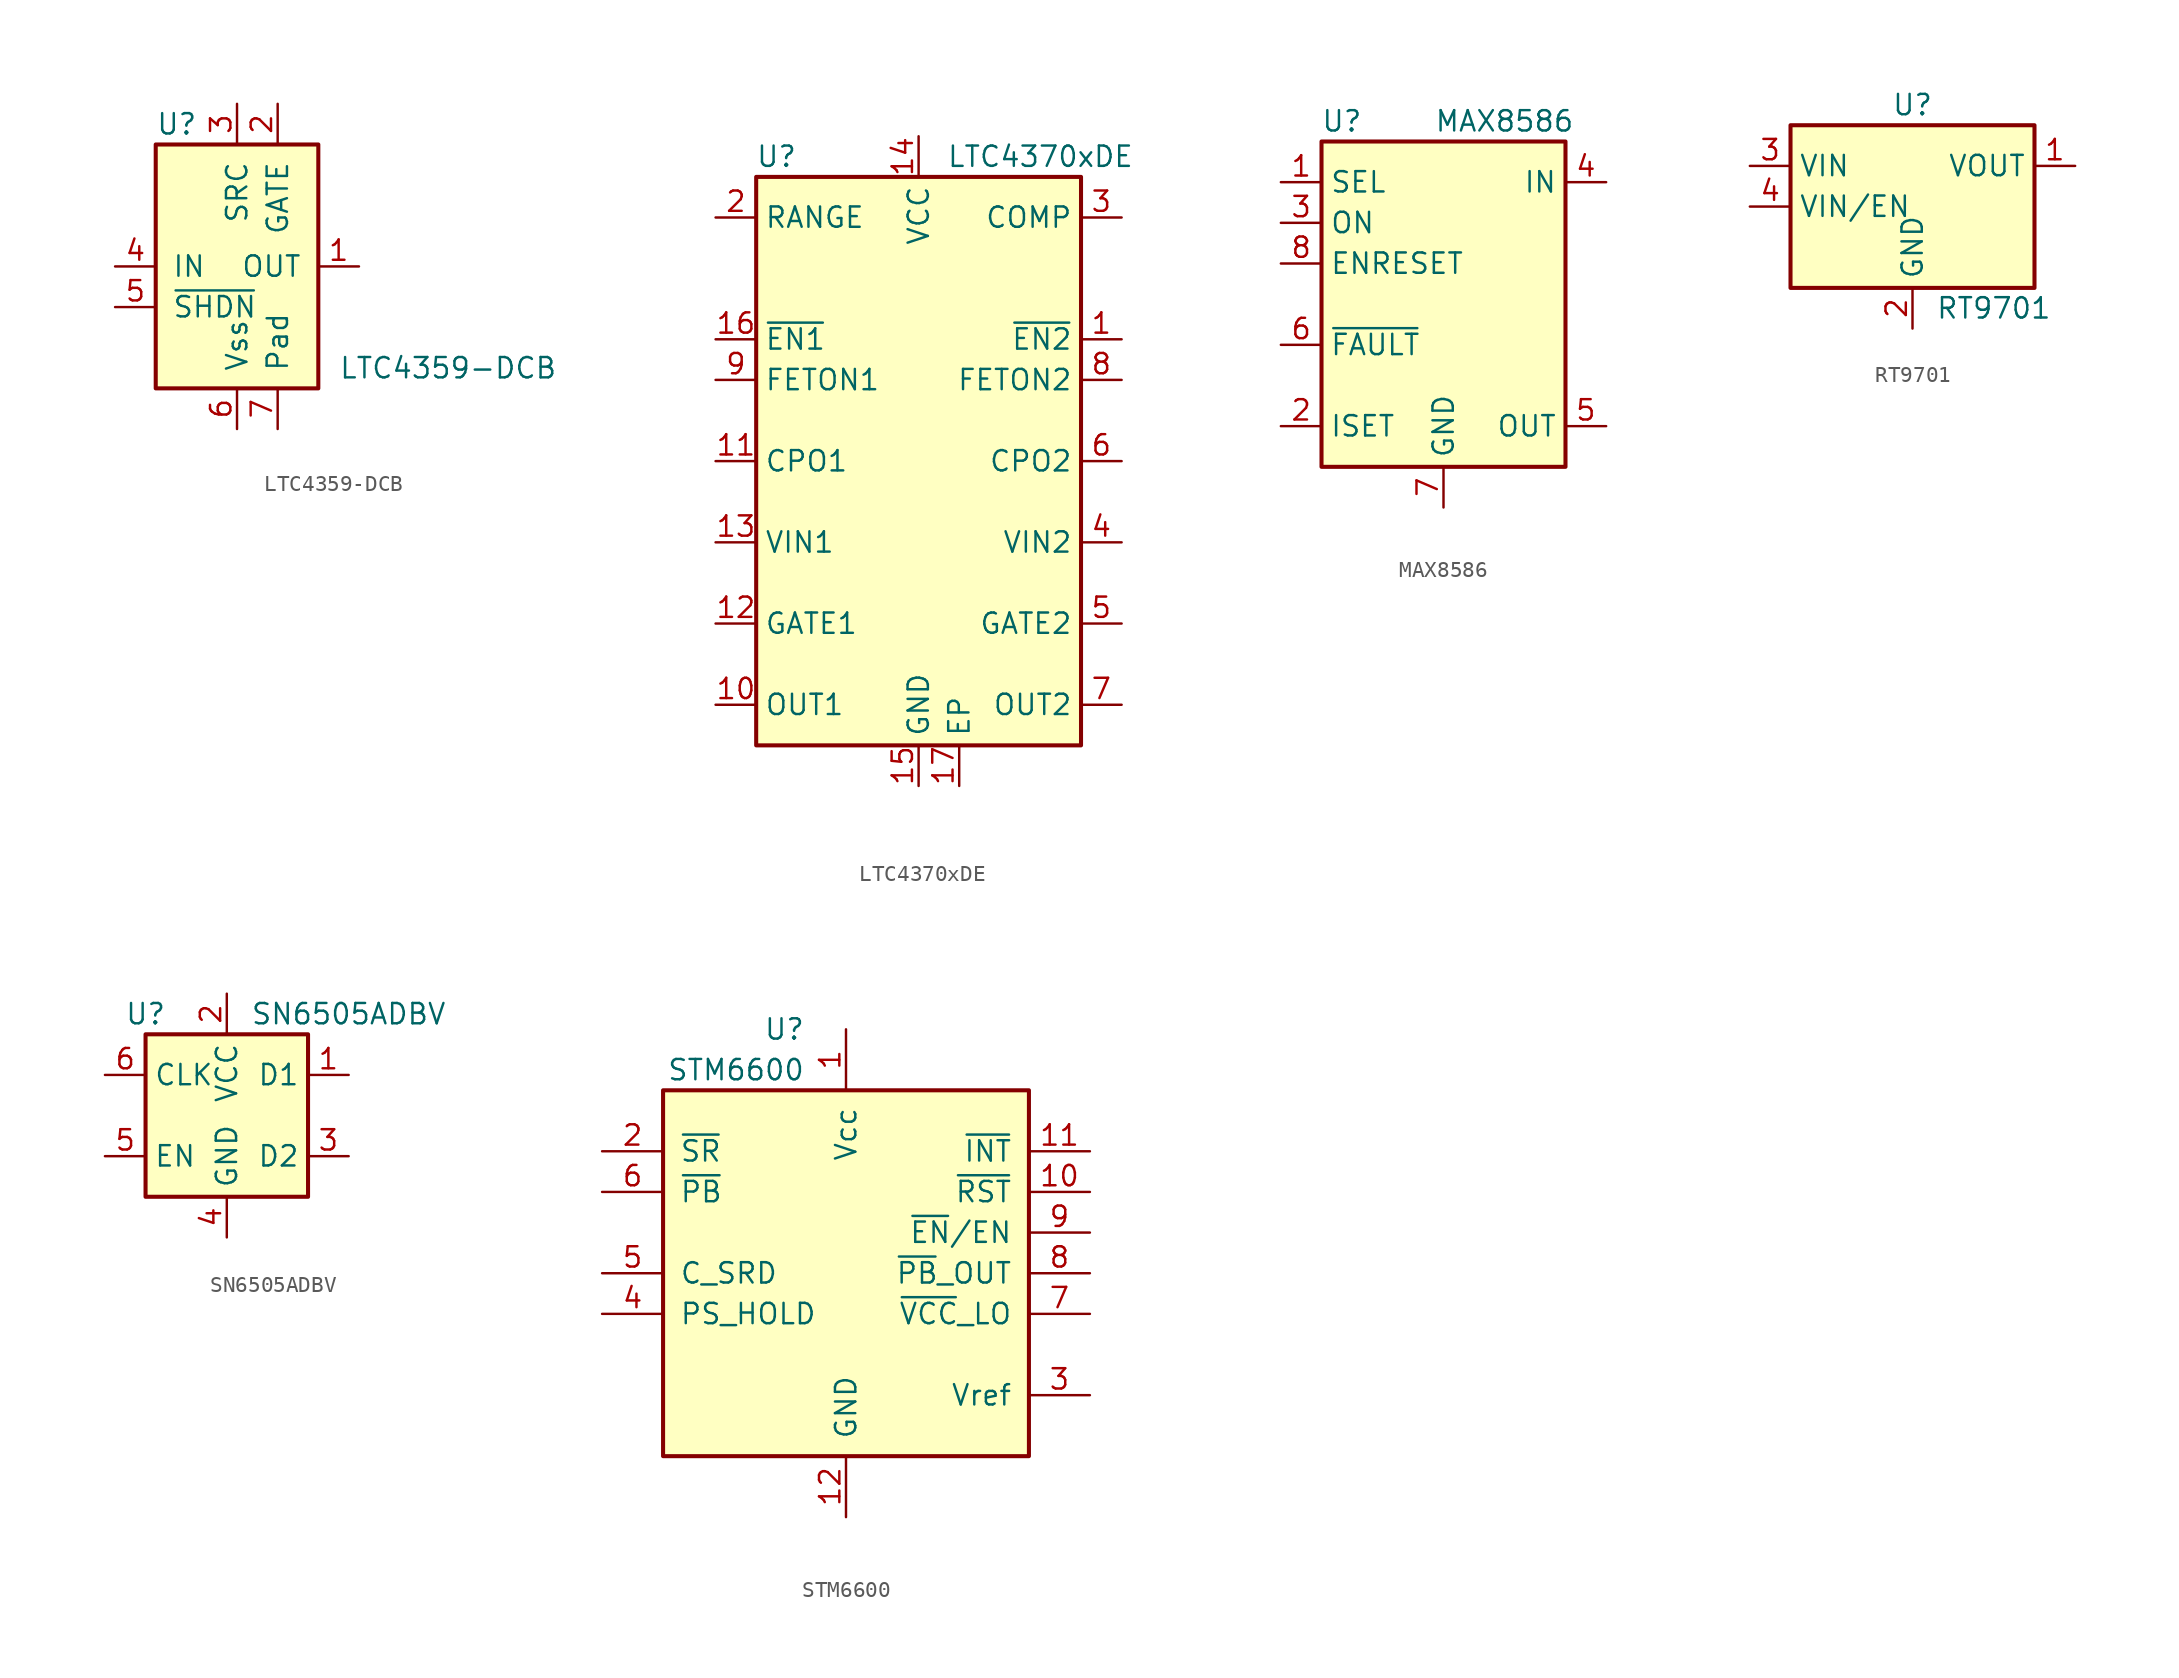
<source format=kicad_sym>
(kicad_symbol_lib
  (version 20211014)
  (generator kicad_symbol_editor)
  (symbol "LTC4359-DCB"
    (pin_names
      (offset 1.016))
    (property "Reference" "U"
      (at -5.08 8.89 0)
      (effects (font (size 1.27 1.27)) (justify left)))
    (property "Value" "LTC4359-DCB"
      (at 6.35 -6.35 0)
      (effects (font (size 1.27 1.27)) (justify left)))
    (symbol "LTC4359-DCB_0_1"
      (rectangle (start -5.08 7.62) (end 5.08 -7.62) (stroke (width 0.254) (type default) (color 0 0 0 0)) (fill (type background))))
    (symbol "LTC4359-DCB_1_1"
      (pin input line (at 7.62 0 180) (length 2.54) (name "OUT" (effects (font (size 1.27 1.27)))) (number "1" (effects (font (size 1.27 1.27)))))
      (pin output line (at 2.54 10.16 270) (length 2.54) (name "GATE" (effects (font (size 1.27 1.27)))) (number "2" (effects (font (size 1.27 1.27)))))
      (pin input line (at 0 10.16 270) (length 2.54) (name "SRC" (effects (font (size 1.27 1.27)))) (number "3" (effects (font (size 1.27 1.27)))))
      (pin power_in line (at -7.62 0 0) (length 2.54) (name "IN" (effects (font (size 1.27 1.27)))) (number "4" (effects (font (size 1.27 1.27)))))
      (pin input line (at -7.62 -2.54 0) (length 2.54) (name "~{SHDN}" (effects (font (size 1.27 1.27)))) (number "5" (effects (font (size 1.27 1.27)))))
      (pin power_in line (at 0 -10.16 90) (length 2.54) (name "Vss" (effects (font (size 1.27 1.27)))) (number "6" (effects (font (size 1.27 1.27)))))
      (pin power_in line (at 2.54 -10.16 90) (length 2.54) (name "Pad" (effects (font (size 1.27 1.27)))) (number "7" (effects (font (size 1.27 1.27)))))))
  (symbol "LTC4370xDE"
    (property "Reference" "U"
      (at -8.89 19.05 0)
      (effects (font (size 1.27 1.27))))
    (property "Value" "LTC4370xDE"
      (at 7.62 19.05 0)
      (effects (font (size 1.27 1.27))))
    (symbol "LTC4370xDE_0_1"
      (rectangle (start -10.16 17.78) (end 10.16 -17.78) (stroke (width 0.254) (type default) (color 0 0 0 0)) (fill (type background))))
    (symbol "LTC4370xDE_1_1"
      (pin input line (at 12.7 7.62 180) (length 2.54) (name "~{EN2}" (effects (font (size 1.27 1.27)))) (number "1" (effects (font (size 1.27 1.27)))))
      (pin input line (at -12.7 -15.24 0) (length 2.54) (name "OUT1" (effects (font (size 1.27 1.27)))) (number "10" (effects (font (size 1.27 1.27)))))
      (pin passive line (at -12.7 0 0) (length 2.54) (name "CPO1" (effects (font (size 1.27 1.27)))) (number "11" (effects (font (size 1.27 1.27)))))
      (pin output line (at -12.7 -10.16 0) (length 2.54) (name "GATE1" (effects (font (size 1.27 1.27)))) (number "12" (effects (font (size 1.27 1.27)))))
      (pin power_in line (at -12.7 -5.08 0) (length 2.54) (name "VIN1" (effects (font (size 1.27 1.27)))) (number "13" (effects (font (size 1.27 1.27)))))
      (pin power_in line (at 0 20.32 270) (length 2.54) (name "VCC" (effects (font (size 1.27 1.27)))) (number "14" (effects (font (size 1.27 1.27)))))
      (pin power_in line (at 0 -20.32 90) (length 2.54) (name "GND" (effects (font (size 1.27 1.27)))) (number "15" (effects (font (size 1.27 1.27)))))
      (pin input line (at -12.7 7.62 0) (length 2.54) (name "~{EN1}" (effects (font (size 1.27 1.27)))) (number "16" (effects (font (size 1.27 1.27)))))
      (pin passive line (at 2.54 -20.32 90) (length 2.54) (name "EP" (effects (font (size 1.27 1.27)))) (number "17" (effects (font (size 1.27 1.27)))))
      (pin passive line (at -12.7 15.24 0) (length 2.54) (name "RANGE" (effects (font (size 1.27 1.27)))) (number "2" (effects (font (size 1.27 1.27)))))
      (pin passive line (at 12.7 15.24 180) (length 2.54) (name "COMP" (effects (font (size 1.27 1.27)))) (number "3" (effects (font (size 1.27 1.27)))))
      (pin power_in line (at 12.7 -5.08 180) (length 2.54) (name "VIN2" (effects (font (size 1.27 1.27)))) (number "4" (effects (font (size 1.27 1.27)))))
      (pin output line (at 12.7 -10.16 180) (length 2.54) (name "GATE2" (effects (font (size 1.27 1.27)))) (number "5" (effects (font (size 1.27 1.27)))))
      (pin passive line (at 12.7 0 180) (length 2.54) (name "CPO2" (effects (font (size 1.27 1.27)))) (number "6" (effects (font (size 1.27 1.27)))))
      (pin input line (at 12.7 -15.24 180) (length 2.54) (name "OUT2" (effects (font (size 1.27 1.27)))) (number "7" (effects (font (size 1.27 1.27)))))
      (pin open_collector line (at 12.7 5.08 180) (length 2.54) (name "FETON2" (effects (font (size 1.27 1.27)))) (number "8" (effects (font (size 1.27 1.27)))))
      (pin open_collector line (at -12.7 5.08 0) (length 2.54) (name "FETON1" (effects (font (size 1.27 1.27)))) (number "9" (effects (font (size 1.27 1.27)))))))
  (symbol "MAX8586"
    (property "Reference" "U"
      (at -6.35 11.43 0)
      (effects (font (size 1.27 1.27))))
    (property "Value" "MAX8586"
      (at 3.81 11.43 0)
      (effects (font (size 1.27 1.27))))
    (symbol "MAX8586_0_1"
      (rectangle (start -7.62 10.16) (end 7.62 -10.16) (stroke (width 0.254) (type default) (color 0 0 0 0)) (fill (type background))))
    (symbol "MAX8586_1_1"
      (pin input line (at -10.16 7.62 0) (length 2.54) (name "SEL" (effects (font (size 1.27 1.27)))) (number "1" (effects (font (size 1.27 1.27)))))
      (pin input line (at -10.16 -7.62 0) (length 2.54) (name "ISET" (effects (font (size 1.27 1.27)))) (number "2" (effects (font (size 1.27 1.27)))))
      (pin input line (at -10.16 5.08 0) (length 2.54) (name "ON" (effects (font (size 1.27 1.27)))) (number "3" (effects (font (size 1.27 1.27)))))
      (pin power_in line (at 10.16 7.62 180) (length 2.54) (name "IN" (effects (font (size 1.27 1.27)))) (number "4" (effects (font (size 1.27 1.27)))))
      (pin power_out line (at 10.16 -7.62 180) (length 2.54) (name "OUT" (effects (font (size 1.27 1.27)))) (number "5" (effects (font (size 1.27 1.27)))))
      (pin open_collector line (at -10.16 -2.54 0) (length 2.54) (name "~{FAULT}" (effects (font (size 1.27 1.27)))) (number "6" (effects (font (size 1.27 1.27)))))
      (pin power_in line (at 0 -12.7 90) (length 2.54) (name "GND" (effects (font (size 1.27 1.27)))) (number "7" (effects (font (size 1.27 1.27)))))
      (pin input line (at -10.16 2.54 0) (length 2.54) (name "ENRESET" (effects (font (size 1.27 1.27)))) (number "8" (effects (font (size 1.27 1.27)))))
      (pin passive line (at 0 -12.7 90) (length 2.54) hide (name "GND" (effects (font (size 1.27 1.27)))) (number "9" (effects (font (size 1.27 1.27)))))))
  (symbol "RT9701"
    (property "Reference" "U"
      (at 0 6.35 0)
      (effects (font (size 1.27 1.27))))
    (property "Value" "RT9701"
      (at 5.08 -6.35 0)
      (effects (font (size 1.27 1.27))))
    (symbol "RT9701_0_1"
      (rectangle (start -7.62 5.08) (end 7.62 -5.08) (stroke (width 0.254) (type default) (color 0 0 0 0)) (fill (type background))))
    (symbol "RT9701_1_1"
      (pin power_out line (at 10.16 2.54 180) (length 2.54) (name "VOUT" (effects (font (size 1.27 1.27)))) (number "1" (effects (font (size 1.27 1.27)))))
      (pin power_in line (at 0 -7.62 90) (length 2.54) (name "GND" (effects (font (size 1.27 1.27)))) (number "2" (effects (font (size 1.27 1.27)))))
      (pin power_in line (at -10.16 2.54 0) (length 2.54) (name "VIN" (effects (font (size 1.27 1.27)))) (number "3" (effects (font (size 1.27 1.27)))))
      (pin input line (at -10.16 0 0) (length 2.54) (name "VIN/EN" (effects (font (size 1.27 1.27)))) (number "4" (effects (font (size 1.27 1.27)))))
      (pin passive line (at 10.16 2.54 180) (length 2.54) hide (name "VOUT" (effects (font (size 1.27 1.27)))) (number "5" (effects (font (size 1.27 1.27)))))))
  (symbol "SN6505ADBV"
    (property "Reference" "U"
      (at -5.08 6.35 0)
      (effects (font (size 1.27 1.27))))
    (property "Value" "SN6505ADBV"
      (at 7.62 6.35 0)
      (effects (font (size 1.27 1.27))))
    (symbol "SN6505ADBV_0_1"
      (rectangle (start -5.08 5.08) (end 5.08 -5.08) (stroke (width 0.254) (type default) (color 0 0 0 0)) (fill (type background))))
    (symbol "SN6505ADBV_1_1"
      (pin open_collector line (at 7.62 2.54 180) (length 2.54) (name "D1" (effects (font (size 1.27 1.27)))) (number "1" (effects (font (size 1.27 1.27)))))
      (pin power_in line (at 0 7.62 270) (length 2.54) (name "VCC" (effects (font (size 1.27 1.27)))) (number "2" (effects (font (size 1.27 1.27)))))
      (pin open_collector line (at 7.62 -2.54 180) (length 2.54) (name "D2" (effects (font (size 1.27 1.27)))) (number "3" (effects (font (size 1.27 1.27)))))
      (pin power_in line (at 0 -7.62 90) (length 2.54) (name "GND" (effects (font (size 1.27 1.27)))) (number "4" (effects (font (size 1.27 1.27)))))
      (pin input line (at -7.62 -2.54 0) (length 2.54) (name "EN" (effects (font (size 1.27 1.27)))) (number "5" (effects (font (size 1.27 1.27)))))
      (pin input line (at -7.62 2.54 0) (length 2.54) (name "CLK" (effects (font (size 1.27 1.27)))) (number "6" (effects (font (size 1.27 1.27)))))))
  (symbol "STM6600"
    (pin_names
      (offset 1.016))
    (property "Reference" "U"
      (at -2.54 15.24 0)
      (effects (font (size 1.27 1.27)) (justify right)))
    (property "Value" "STM6600"
      (at -2.54 12.7 0)
      (effects (font (size 1.27 1.27)) (justify right)))
    (symbol "STM6600_0_1"
      (rectangle (start -11.43 11.43) (end 11.43 -11.43) (stroke (width 0.254) (type default) (color 0 0 0 0)) (fill (type background))))
    (symbol "STM6600_1_1"
      (pin power_in line (at 0 15.24 270) (length 3.81) (name "Vcc" (effects (font (size 1.27 1.27)))) (number "1" (effects (font (size 1.27 1.27)))))
      (pin open_collector line (at 15.24 5.08 180) (length 3.81) (name "~{RST}" (effects (font (size 1.27 1.27)))) (number "10" (effects (font (size 1.27 1.27)))))
      (pin open_collector line (at 15.24 7.62 180) (length 3.81) (name "~{INT}" (effects (font (size 1.27 1.27)))) (number "11" (effects (font (size 1.27 1.27)))))
      (pin power_in line (at 0 -15.24 90) (length 3.81) (name "GND" (effects (font (size 1.27 1.27)))) (number "12" (effects (font (size 1.27 1.27)))))
      (pin input line (at -15.24 7.62 0) (length 3.81) (name "~{SR}" (effects (font (size 1.27 1.27)))) (number "2" (effects (font (size 1.27 1.27)))))
      (pin output line (at 15.24 -7.62 180) (length 3.81) (name "Vref" (effects (font (size 1.27 1.27)))) (number "3" (effects (font (size 1.27 1.27)))))
      (pin input line (at -15.24 -2.54 0) (length 3.81) (name "PS_HOLD" (effects (font (size 1.27 1.27)))) (number "4" (effects (font (size 1.27 1.27)))))
      (pin input line (at -15.24 0 0) (length 3.81) (name "C_SRD" (effects (font (size 1.27 1.27)))) (number "5" (effects (font (size 1.27 1.27)))))
      (pin input line (at -15.24 5.08 0) (length 3.81) (name "~{PB}" (effects (font (size 1.27 1.27)))) (number "6" (effects (font (size 1.27 1.27)))))
      (pin open_collector line (at 15.24 -2.54 180) (length 3.81) (name "~{VCC}_LO" (effects (font (size 1.27 1.27)))) (number "7" (effects (font (size 1.27 1.27)))))
      (pin open_collector line (at 15.24 0 180) (length 3.81) (name "~{PB}_OUT" (effects (font (size 1.27 1.27)))) (number "8" (effects (font (size 1.27 1.27)))))
      (pin output line (at 15.24 2.54 180) (length 3.81) (name "~{EN}/EN" (effects (font (size 1.27 1.27)))) (number "9" (effects (font (size 1.27 1.27))))))))
</source>
